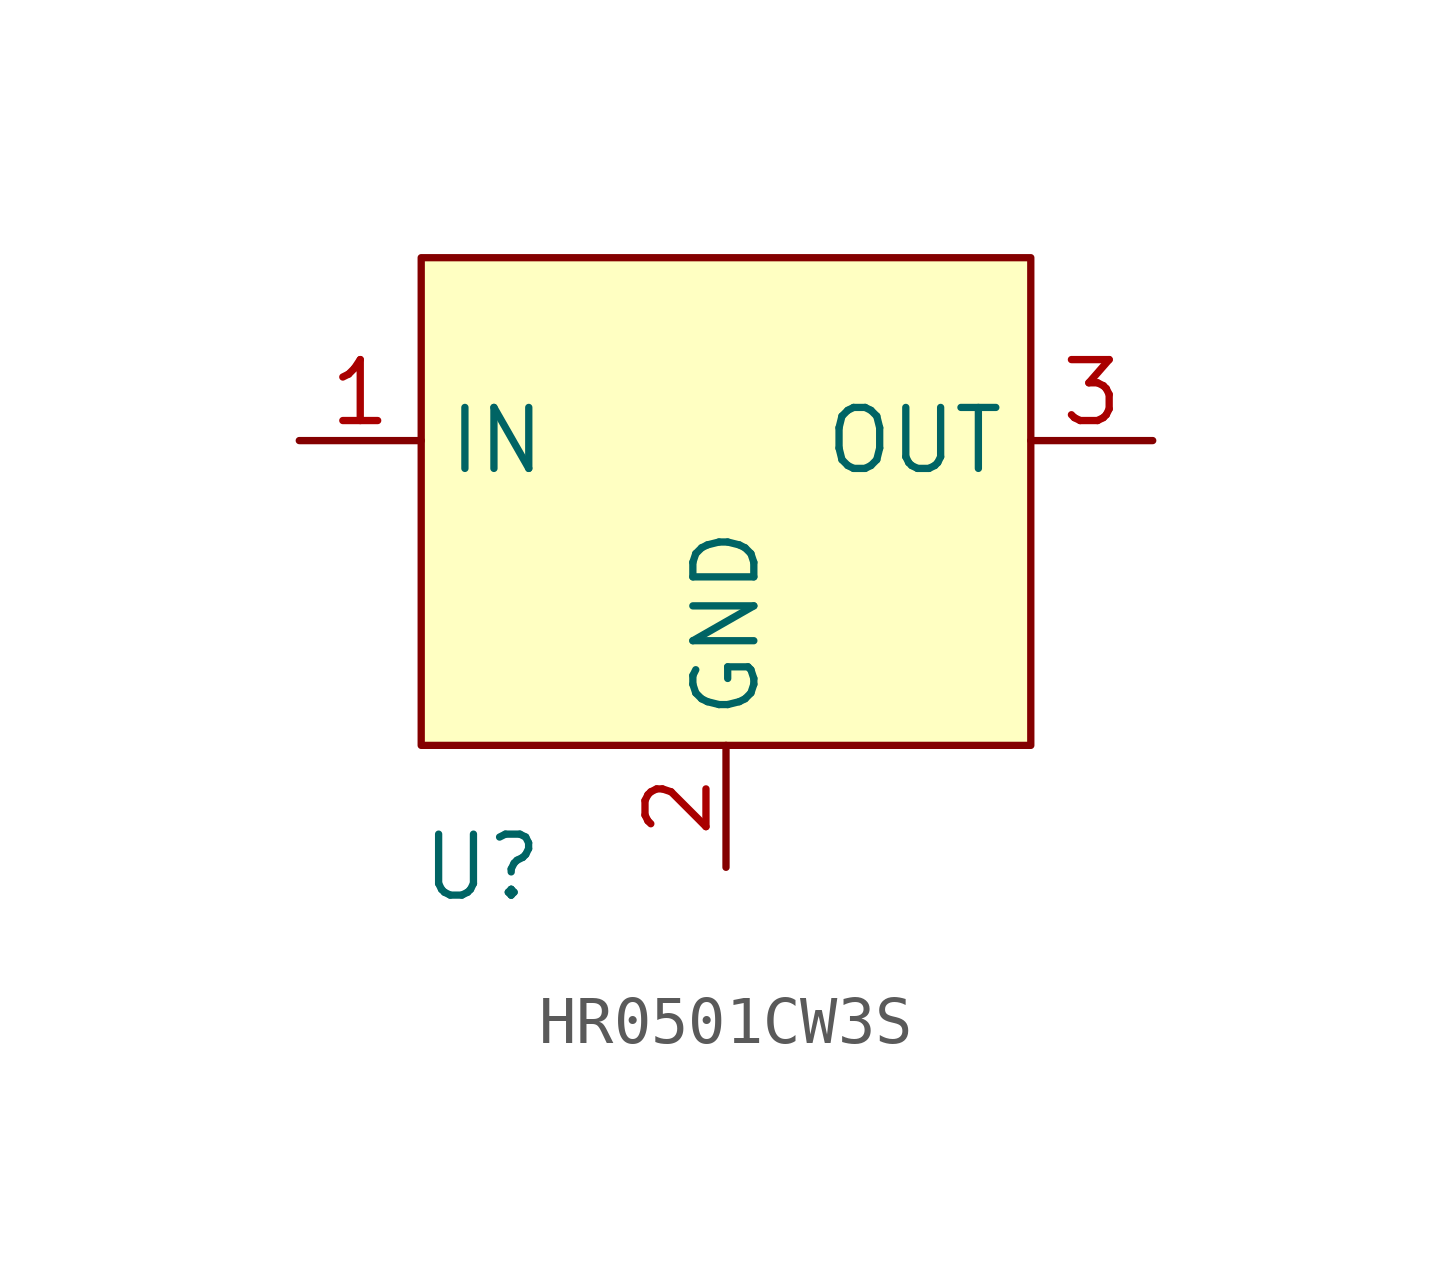
<source format=kicad_sym>
(kicad_symbol_lib
  (version 20220914)
  (generator kicad_symbol_editor)
  (symbol "HR0501CW3S"
    (property "Reference" "U"
      (at 1.27 -2.54 0)
      (effects (font (size 1.27 1.27))))
    (property "Value" ""
      (at 0 0 0)
      (effects (font (size 1.27 1.27))))
    (symbol "HR0501CW3S_0_1"
      (rectangle (start 0 10.16) (end 12.7 0) (stroke (width 0) (type default)) (fill (type background))))
    (symbol "HR0501CW3S_1_1"
      (pin input line (at -2.54 6.35 0) (length 2.54) (name "IN" (effects (font (size 1.27 1.27)))) (number "1" (effects (font (size 1.27 1.27)))))
      (pin power_in line (at 6.35 -2.54 90) (length 2.54) (name "GND" (effects (font (size 1.27 1.27)))) (number "2" (effects (font (size 1.27 1.27)))))
      (pin output line (at 15.24 6.35 180) (length 2.54) (name "OUT" (effects (font (size 1.27 1.27)))) (number "3" (effects (font (size 1.27 1.27))))))))
</source>
